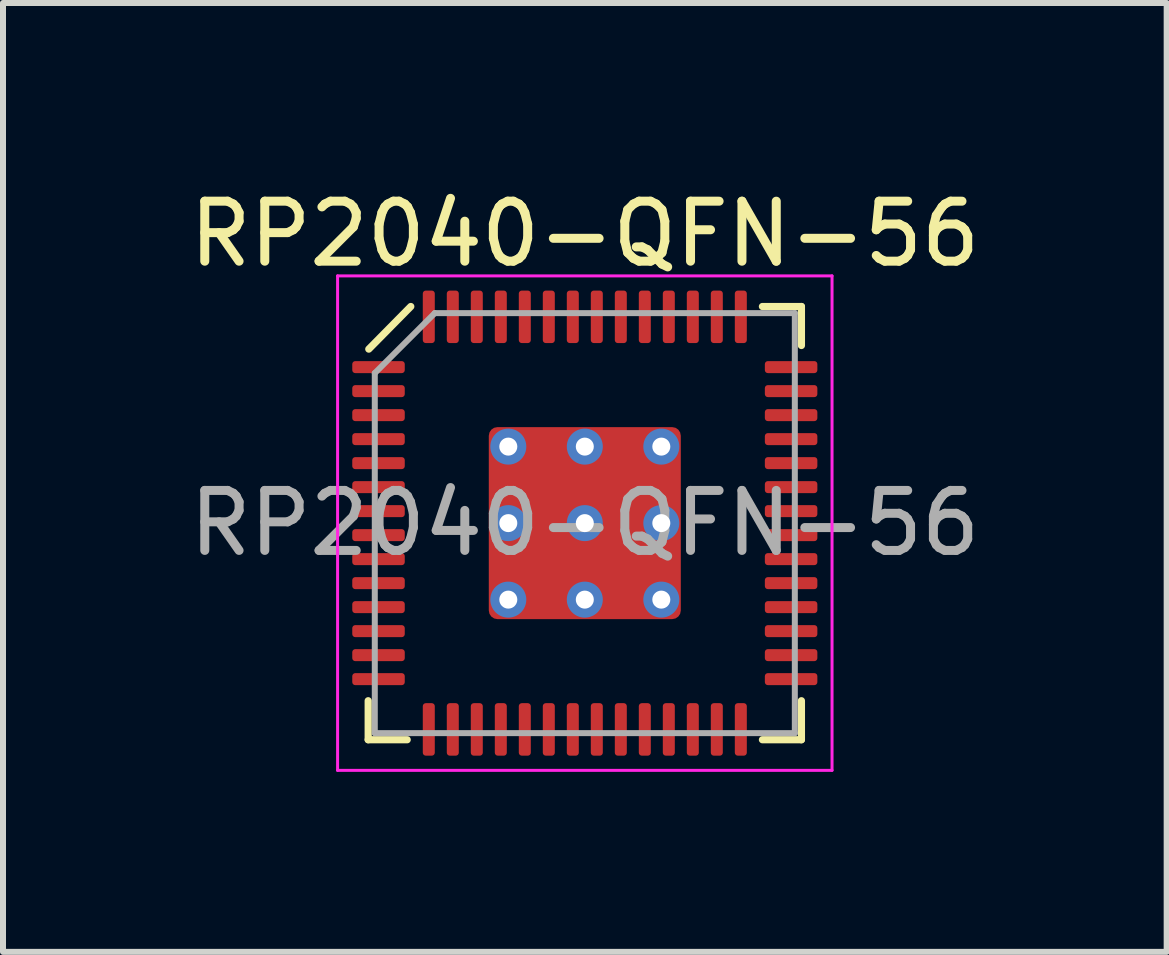
<source format=kicad_pcb>
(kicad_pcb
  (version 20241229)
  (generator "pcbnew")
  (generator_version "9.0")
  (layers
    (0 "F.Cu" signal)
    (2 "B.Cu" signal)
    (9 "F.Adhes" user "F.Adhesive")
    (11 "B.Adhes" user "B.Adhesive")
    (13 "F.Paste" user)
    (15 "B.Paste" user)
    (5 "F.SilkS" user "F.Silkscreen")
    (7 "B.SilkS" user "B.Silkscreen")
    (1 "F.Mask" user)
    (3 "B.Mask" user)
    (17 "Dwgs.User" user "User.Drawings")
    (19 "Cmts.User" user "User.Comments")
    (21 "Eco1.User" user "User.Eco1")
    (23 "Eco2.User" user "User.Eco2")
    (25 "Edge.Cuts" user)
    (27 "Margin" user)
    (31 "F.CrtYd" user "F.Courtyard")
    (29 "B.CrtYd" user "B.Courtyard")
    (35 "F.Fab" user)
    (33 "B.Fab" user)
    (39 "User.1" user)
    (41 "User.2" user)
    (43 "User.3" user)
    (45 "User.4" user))
  (footprint "RP2040-QFN-56"
    (layer "F.Cu")
    (at 6.696 5.668)
    (property "Reference" "RP2040-QFN-56" (at 0 -4.82 0) (layer "F.SilkS") (effects (font (size 1 1) (thickness 0.15))))
    (attr smd)
    (fp_line (start -3.61 3.61) (end -3.61 2.96) (stroke (width 0.12) (type solid)) (layer "F.SilkS"))
    (fp_line (start -2.96 3.61) (end -3.61 3.61) (stroke (width 0.12) (type solid)) (layer "F.SilkS"))
    (fp_line (start -2.9 -3.61) (end -3.6 -2.9) (stroke (width 0.12) (type solid)) (layer "F.SilkS"))
    (fp_line (start 2.96 -3.61) (end 3.61 -3.61) (stroke (width 0.12) (type solid)) (layer "F.SilkS"))
    (fp_line (start 2.96 3.61) (end 3.61 3.61) (stroke (width 0.12) (type solid)) (layer "F.SilkS"))
    (fp_line (start 3.61 -3.61) (end 3.61 -2.96) (stroke (width 0.12) (type solid)) (layer "F.SilkS"))
    (fp_line (start 3.61 3.61) (end 3.61 2.96) (stroke (width 0.12) (type solid)) (layer "F.SilkS"))
    (fp_line (start -4.12 -4.12) (end -4.12 4.12) (stroke (width 0.05) (type solid)) (layer "F.CrtYd"))
    (fp_line (start -4.12 4.12) (end 4.12 4.12) (stroke (width 0.05) (type solid)) (layer "F.CrtYd"))
    (fp_line (start 4.12 -4.12) (end -4.12 -4.12) (stroke (width 0.05) (type solid)) (layer "F.CrtYd"))
    (fp_line (start 4.12 4.12) (end 4.12 -4.12) (stroke (width 0.05) (type solid)) (layer "F.CrtYd"))
    (fp_line (start -3.5 -2.5) (end -2.5 -3.5) (stroke (width 0.1) (type solid)) (layer "F.Fab"))
    (fp_line (start -3.5 3.5) (end -3.5 -2.5) (stroke (width 0.1) (type solid)) (layer "F.Fab"))
    (fp_line (start -2.5 -3.5) (end 3.5 -3.5) (stroke (width 0.1) (type solid)) (layer "F.Fab"))
    (fp_line (start 3.5 -3.5) (end 3.5 3.5) (stroke (width 0.1) (type solid)) (layer "F.Fab"))
    (fp_line (start 3.5 3.5) (end -3.5 3.5) (stroke (width 0.1) (type solid)) (layer "F.Fab"))
    (fp_text user "${REFERENCE}" (at 0 0 0) (layer "F.Fab") (effects (font (size 1 1) (thickness 0.15))))
    (pad "" smd roundrect (at -0.637 -0.637) (size 1.084 1.084) (layers "F.Paste") (roundrect_rratio 0.231))
    (pad "" smd roundrect (at -0.637 0.637) (size 1.084 1.084) (layers "F.Paste") (roundrect_rratio 0.231))
    (pad "" smd roundrect (at 0.637 -0.637) (size 1.084 1.084) (layers "F.Paste") (roundrect_rratio 0.231))
    (pad "" smd roundrect (at 0.637 0.637) (size 1.084 1.084) (layers "F.Paste") (roundrect_rratio 0.231))
    (pad "1" smd roundrect (at -3.438 -2.6) (size 0.875 0.2) (layers "F.Cu" "F.Mask" "F.Paste") (roundrect_rratio 0.25))
    (pad "2" smd roundrect (at -3.438 -2.2) (size 0.875 0.2) (layers "F.Cu" "F.Mask" "F.Paste") (roundrect_rratio 0.25))
    (pad "3" smd roundrect (at -3.438 -1.8) (size 0.875 0.2) (layers "F.Cu" "F.Mask" "F.Paste") (roundrect_rratio 0.25))
    (pad "4" smd roundrect (at -3.438 -1.4) (size 0.875 0.2) (layers "F.Cu" "F.Mask" "F.Paste") (roundrect_rratio 0.25))
    (pad "5" smd roundrect (at -3.438 -1) (size 0.875 0.2) (layers "F.Cu" "F.Mask" "F.Paste") (roundrect_rratio 0.25))
    (pad "6" smd roundrect (at -3.438 -0.6) (size 0.875 0.2) (layers "F.Cu" "F.Mask" "F.Paste") (roundrect_rratio 0.25))
    (pad "7" smd roundrect (at -3.438 -0.2) (size 0.875 0.2) (layers "F.Cu" "F.Mask" "F.Paste") (roundrect_rratio 0.25))
    (pad "8" smd roundrect (at -3.438 0.2) (size 0.875 0.2) (layers "F.Cu" "F.Mask" "F.Paste") (roundrect_rratio 0.25))
    (pad "9" smd roundrect (at -3.438 0.6) (size 0.875 0.2) (layers "F.Cu" "F.Mask" "F.Paste") (roundrect_rratio 0.25))
    (pad "10" smd roundrect (at -3.438 1) (size 0.875 0.2) (layers "F.Cu" "F.Mask" "F.Paste") (roundrect_rratio 0.25))
    (pad "11" smd roundrect (at -3.438 1.4) (size 0.875 0.2) (layers "F.Cu" "F.Mask" "F.Paste") (roundrect_rratio 0.25))
    (pad "12" smd roundrect (at -3.438 1.8) (size 0.875 0.2) (layers "F.Cu" "F.Mask" "F.Paste") (roundrect_rratio 0.25))
    (pad "13" smd roundrect (at -3.438 2.2) (size 0.875 0.2) (layers "F.Cu" "F.Mask" "F.Paste") (roundrect_rratio 0.25))
    (pad "14" smd roundrect (at -3.438 2.6) (size 0.875 0.2) (layers "F.Cu" "F.Mask" "F.Paste") (roundrect_rratio 0.25))
    (pad "15" smd roundrect (at -2.6 3.438) (size 0.2 0.875) (layers "F.Cu" "F.Mask" "F.Paste") (roundrect_rratio 0.25))
    (pad "16" smd roundrect (at -2.2 3.438) (size 0.2 0.875) (layers "F.Cu" "F.Mask" "F.Paste") (roundrect_rratio 0.25))
    (pad "17" smd roundrect (at -1.8 3.438) (size 0.2 0.875) (layers "F.Cu" "F.Mask" "F.Paste") (roundrect_rratio 0.25))
    (pad "18" smd roundrect (at -1.4 3.438) (size 0.2 0.875) (layers "F.Cu" "F.Mask" "F.Paste") (roundrect_rratio 0.25))
    (pad "19" smd roundrect (at -1 3.438) (size 0.2 0.875) (layers "F.Cu" "F.Mask" "F.Paste") (roundrect_rratio 0.25))
    (pad "20" smd roundrect (at -0.6 3.438) (size 0.2 0.875) (layers "F.Cu" "F.Mask" "F.Paste") (roundrect_rratio 0.25))
    (pad "21" smd roundrect (at -0.2 3.438) (size 0.2 0.875) (layers "F.Cu" "F.Mask" "F.Paste") (roundrect_rratio 0.25))
    (pad "22" smd roundrect (at 0.2 3.438) (size 0.2 0.875) (layers "F.Cu" "F.Mask" "F.Paste") (roundrect_rratio 0.25))
    (pad "23" smd roundrect (at 0.6 3.438) (size 0.2 0.875) (layers "F.Cu" "F.Mask" "F.Paste") (roundrect_rratio 0.25))
    (pad "24" smd roundrect (at 1 3.438) (size 0.2 0.875) (layers "F.Cu" "F.Mask" "F.Paste") (roundrect_rratio 0.25))
    (pad "25" smd roundrect (at 1.4 3.438) (size 0.2 0.875) (layers "F.Cu" "F.Mask" "F.Paste") (roundrect_rratio 0.25))
    (pad "26" smd roundrect (at 1.8 3.438) (size 0.2 0.875) (layers "F.Cu" "F.Mask" "F.Paste") (roundrect_rratio 0.25))
    (pad "27" smd roundrect (at 2.2 3.438) (size 0.2 0.875) (layers "F.Cu" "F.Mask" "F.Paste") (roundrect_rratio 0.25))
    (pad "28" smd roundrect (at 2.6 3.438) (size 0.2 0.875) (layers "F.Cu" "F.Mask" "F.Paste") (roundrect_rratio 0.25))
    (pad "29" smd roundrect (at 3.438 2.6) (size 0.875 0.2) (layers "F.Cu" "F.Mask" "F.Paste") (roundrect_rratio 0.25))
    (pad "30" smd roundrect (at 3.438 2.2) (size 0.875 0.2) (layers "F.Cu" "F.Mask" "F.Paste") (roundrect_rratio 0.25))
    (pad "31" smd roundrect (at 3.438 1.8) (size 0.875 0.2) (layers "F.Cu" "F.Mask" "F.Paste") (roundrect_rratio 0.25))
    (pad "32" smd roundrect (at 3.438 1.4) (size 0.875 0.2) (layers "F.Cu" "F.Mask" "F.Paste") (roundrect_rratio 0.25))
    (pad "33" smd roundrect (at 3.438 1) (size 0.875 0.2) (layers "F.Cu" "F.Mask" "F.Paste") (roundrect_rratio 0.25))
    (pad "34" smd roundrect (at 3.438 0.6) (size 0.875 0.2) (layers "F.Cu" "F.Mask" "F.Paste") (roundrect_rratio 0.25))
    (pad "35" smd roundrect (at 3.438 0.2) (size 0.875 0.2) (layers "F.Cu" "F.Mask" "F.Paste") (roundrect_rratio 0.25))
    (pad "36" smd roundrect (at 3.438 -0.2) (size 0.875 0.2) (layers "F.Cu" "F.Mask" "F.Paste") (roundrect_rratio 0.25))
    (pad "37" smd roundrect (at 3.438 -0.6) (size 0.875 0.2) (layers "F.Cu" "F.Mask" "F.Paste") (roundrect_rratio 0.25))
    (pad "38" smd roundrect (at 3.438 -1) (size 0.875 0.2) (layers "F.Cu" "F.Mask" "F.Paste") (roundrect_rratio 0.25))
    (pad "39" smd roundrect (at 3.438 -1.4) (size 0.875 0.2) (layers "F.Cu" "F.Mask" "F.Paste") (roundrect_rratio 0.25))
    (pad "40" smd roundrect (at 3.438 -1.8) (size 0.875 0.2) (layers "F.Cu" "F.Mask" "F.Paste") (roundrect_rratio 0.25))
    (pad "41" smd roundrect (at 3.438 -2.2) (size 0.875 0.2) (layers "F.Cu" "F.Mask" "F.Paste") (roundrect_rratio 0.25))
    (pad "42" smd roundrect (at 3.438 -2.6) (size 0.875 0.2) (layers "F.Cu" "F.Mask" "F.Paste") (roundrect_rratio 0.25))
    (pad "43" smd roundrect (at 2.6 -3.438) (size 0.2 0.875) (layers "F.Cu" "F.Mask" "F.Paste") (roundrect_rratio 0.25))
    (pad "44" smd roundrect (at 2.2 -3.438) (size 0.2 0.875) (layers "F.Cu" "F.Mask" "F.Paste") (roundrect_rratio 0.25))
    (pad "45" smd roundrect (at 1.8 -3.438) (size 0.2 0.875) (layers "F.Cu" "F.Mask" "F.Paste") (roundrect_rratio 0.25))
    (pad "46" smd roundrect (at 1.4 -3.438) (size 0.2 0.875) (layers "F.Cu" "F.Mask" "F.Paste") (roundrect_rratio 0.25))
    (pad "47" smd roundrect (at 1 -3.438) (size 0.2 0.875) (layers "F.Cu" "F.Mask" "F.Paste") (roundrect_rratio 0.25))
    (pad "48" smd roundrect (at 0.6 -3.438) (size 0.2 0.875) (layers "F.Cu" "F.Mask" "F.Paste") (roundrect_rratio 0.25))
    (pad "49" smd roundrect (at 0.2 -3.438) (size 0.2 0.875) (layers "F.Cu" "F.Mask" "F.Paste") (roundrect_rratio 0.25))
    (pad "50" smd roundrect (at -0.2 -3.438) (size 0.2 0.875) (layers "F.Cu" "F.Mask" "F.Paste") (roundrect_rratio 0.25))
    (pad "51" smd roundrect (at -0.6 -3.438) (size 0.2 0.875) (layers "F.Cu" "F.Mask" "F.Paste") (roundrect_rratio 0.25))
    (pad "52" smd roundrect (at -1 -3.438) (size 0.2 0.875) (layers "F.Cu" "F.Mask" "F.Paste") (roundrect_rratio 0.25))
    (pad "53" smd roundrect (at -1.4 -3.438) (size 0.2 0.875) (layers "F.Cu" "F.Mask" "F.Paste") (roundrect_rratio 0.25))
    (pad "54" smd roundrect (at -1.8 -3.438) (size 0.2 0.875) (layers "F.Cu" "F.Mask" "F.Paste") (roundrect_rratio 0.25))
    (pad "55" smd roundrect (at -2.2 -3.438) (size 0.2 0.875) (layers "F.Cu" "F.Mask" "F.Paste") (roundrect_rratio 0.25))
    (pad "56" smd roundrect (at -2.6 -3.438) (size 0.2 0.875) (layers "F.Cu" "F.Mask" "F.Paste") (roundrect_rratio 0.25))
    (pad "57" thru_hole circle (at -1.275 -1.275) (size 0.6 0.6) (drill 0.3) (layers "*.Cu"))
    (pad "57" thru_hole circle (at -1.275 0) (size 0.6 0.6) (drill 0.3) (layers "*.Cu"))
    (pad "57" thru_hole circle (at -1.275 1.275) (size 0.6 0.6) (drill 0.3) (layers "*.Cu"))
    (pad "57" thru_hole circle (at 0 -1.275) (size 0.6 0.6) (drill 0.3) (layers "*.Cu"))
    (pad "57" thru_hole circle (at 0 0) (size 0.6 0.6) (drill 0.3) (layers "*.Cu"))
    (pad "57" smd roundrect (at 0 0) (size 3.2 3.2) (layers "F.Cu" "F.Mask") (roundrect_rratio 0.045))
    (pad "57" thru_hole circle (at 0 1.275) (size 0.6 0.6) (drill 0.3) (layers "*.Cu"))
    (pad "57" thru_hole circle (at 1.275 -1.275) (size 0.6 0.6) (drill 0.3) (layers "*.Cu"))
    (pad "57" thru_hole circle (at 1.275 0) (size 0.6 0.6) (drill 0.3) (layers "*.Cu"))
    (pad "57" thru_hole circle (at 1.275 1.275) (size 0.6 0.6) (drill 0.3) (layers "*.Cu")))
  (gr_rect
    (start -3 -3)
    (end 16.393 12.813)
    (stroke (width 0.1) (type default))
    (fill no)
    (layer "Edge.Cuts")))
</source>
